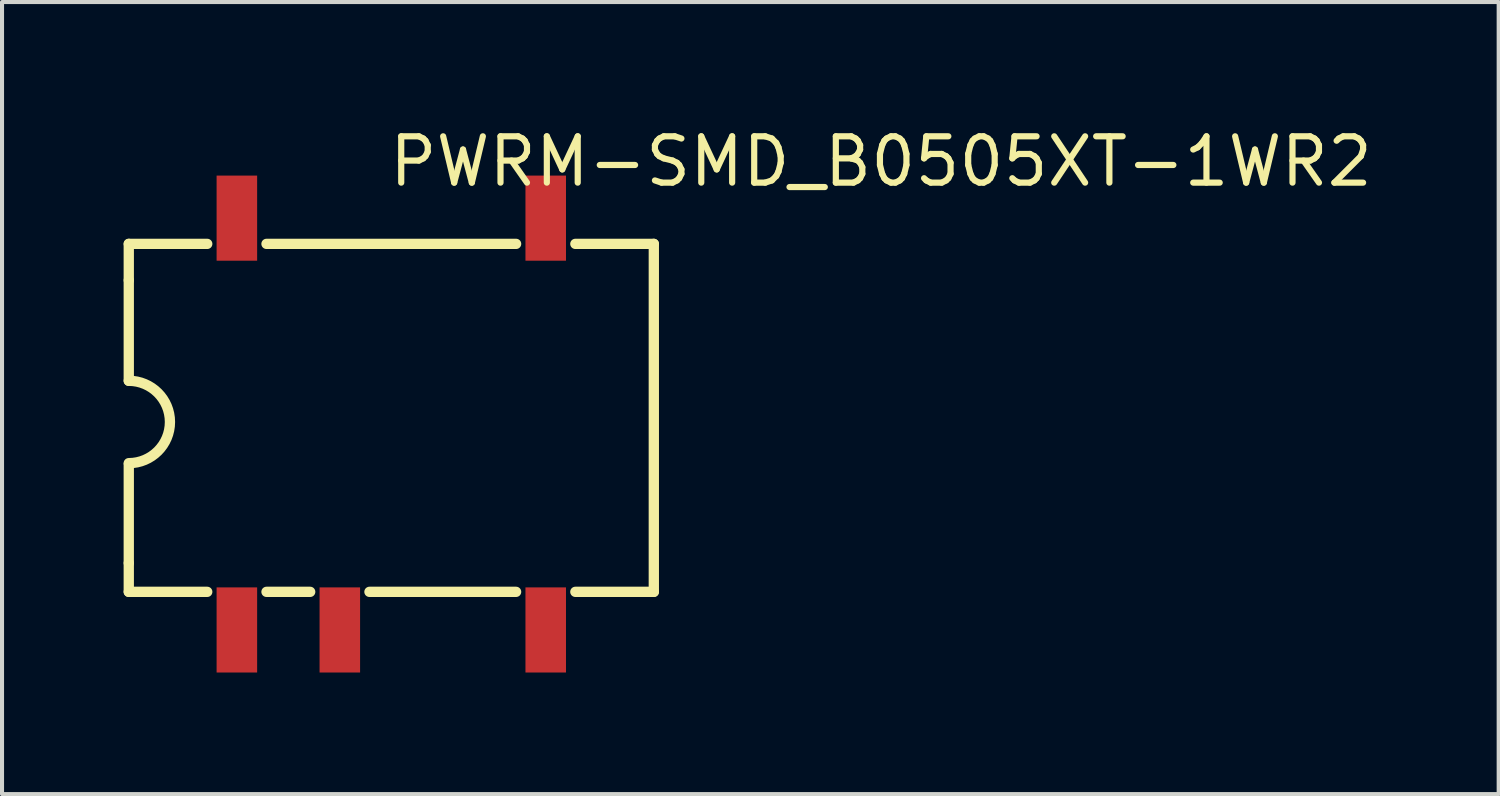
<source format=kicad_pcb>
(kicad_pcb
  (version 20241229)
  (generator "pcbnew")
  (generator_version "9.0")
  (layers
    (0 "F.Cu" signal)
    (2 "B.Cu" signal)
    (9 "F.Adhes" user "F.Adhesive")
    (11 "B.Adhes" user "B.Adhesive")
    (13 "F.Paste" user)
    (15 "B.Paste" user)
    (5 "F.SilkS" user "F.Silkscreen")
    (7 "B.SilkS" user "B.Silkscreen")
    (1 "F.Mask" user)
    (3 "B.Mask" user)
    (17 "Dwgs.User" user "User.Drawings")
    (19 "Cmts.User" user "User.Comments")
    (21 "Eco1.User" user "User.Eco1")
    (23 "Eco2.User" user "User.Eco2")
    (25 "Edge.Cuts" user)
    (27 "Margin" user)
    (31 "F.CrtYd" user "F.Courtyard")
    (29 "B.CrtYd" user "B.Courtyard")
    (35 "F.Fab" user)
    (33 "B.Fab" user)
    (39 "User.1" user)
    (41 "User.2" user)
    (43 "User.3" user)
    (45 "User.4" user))
  (footprint "PWRM-SMD_B0505XT-1WR2"
    (layer "F.Cu")
    (at 6.604 7.412)
    (property "Reference" "PWRM-SMD_B0505XT-1WR2" (at -0.127 -6.477 0) (layer "F.SilkS") (effects (font (size 1.143 1.143) (thickness 0.152)) (justify left)))
    (attr smd)
    (fp_line (start -6.477 -4.445) (end -6.477 -3.548) (stroke (width 0.254) (type solid)) (layer "F.SilkS"))
    (fp_line (start -6.477 -3.548) (end -6.477 -1.067) (stroke (width 0.254) (type solid)) (layer "F.SilkS"))
    (fp_line (start -6.477 3.429) (end -6.477 0.991) (stroke (width 0.254) (type solid)) (layer "F.SilkS"))
    (fp_line (start -6.477 3.429) (end -6.477 4.14) (stroke (width 0.254) (type solid)) (layer "F.SilkS"))
    (fp_line (start -6.477 4.14) (end -4.541 4.14) (stroke (width 0.254) (type solid)) (layer "F.SilkS"))
    (fp_line (start -4.541 -4.445) (end -6.477 -4.445) (stroke (width 0.254) (type solid)) (layer "F.SilkS"))
    (fp_line (start -3.079 4.14) (end -2.001 4.14) (stroke (width 0.254) (type solid)) (layer "F.SilkS"))
    (fp_line (start -0.539 4.14) (end 3.079 4.14) (stroke (width 0.254) (type solid)) (layer "F.SilkS"))
    (fp_line (start 3.079 -4.445) (end -3.079 -4.445) (stroke (width 0.254) (type solid)) (layer "F.SilkS"))
    (fp_line (start 4.541 4.14) (end 6.477 4.14) (stroke (width 0.254) (type solid)) (layer "F.SilkS"))
    (fp_line (start 6.477 -4.445) (end 4.541 -4.445) (stroke (width 0.254) (type solid)) (layer "F.SilkS"))
    (fp_line (start 6.477 4.14) (end 6.477 -4.445) (stroke (width 0.254) (type solid)) (layer "F.SilkS"))
    (fp_arc (start -6.477 -1.067) (mid -5.461 -0.051) (end -6.477 0.965) (stroke (width 0.254) (type solid)) (layer "F.SilkS"))
    (pad "1" smd rect (at -3.81 5.08) (size 1 2.1) (layers "F.Cu" "F.Mask" "F.Paste"))
    (pad "2" smd rect (at -1.27 5.08) (size 1 2.1) (layers "F.Cu" "F.Mask" "F.Paste"))
    (pad "3" smd rect (at 3.81 5.08) (size 1 2.1) (layers "F.Cu" "F.Mask" "F.Paste"))
    (pad "4" smd rect (at 3.81 -5.08) (size 1 2.1) (layers "F.Cu" "F.Mask" "F.Paste"))
    (pad "5" smd rect (at -3.81 -5.08) (size 1 2.1) (layers "F.Cu" "F.Mask" "F.Paste")))
  (gr_rect
    (start -3 -3)
    (end 33.925 16.542)
    (stroke (width 0.1) (type default))
    (fill no)
    (layer "Edge.Cuts")))
</source>
